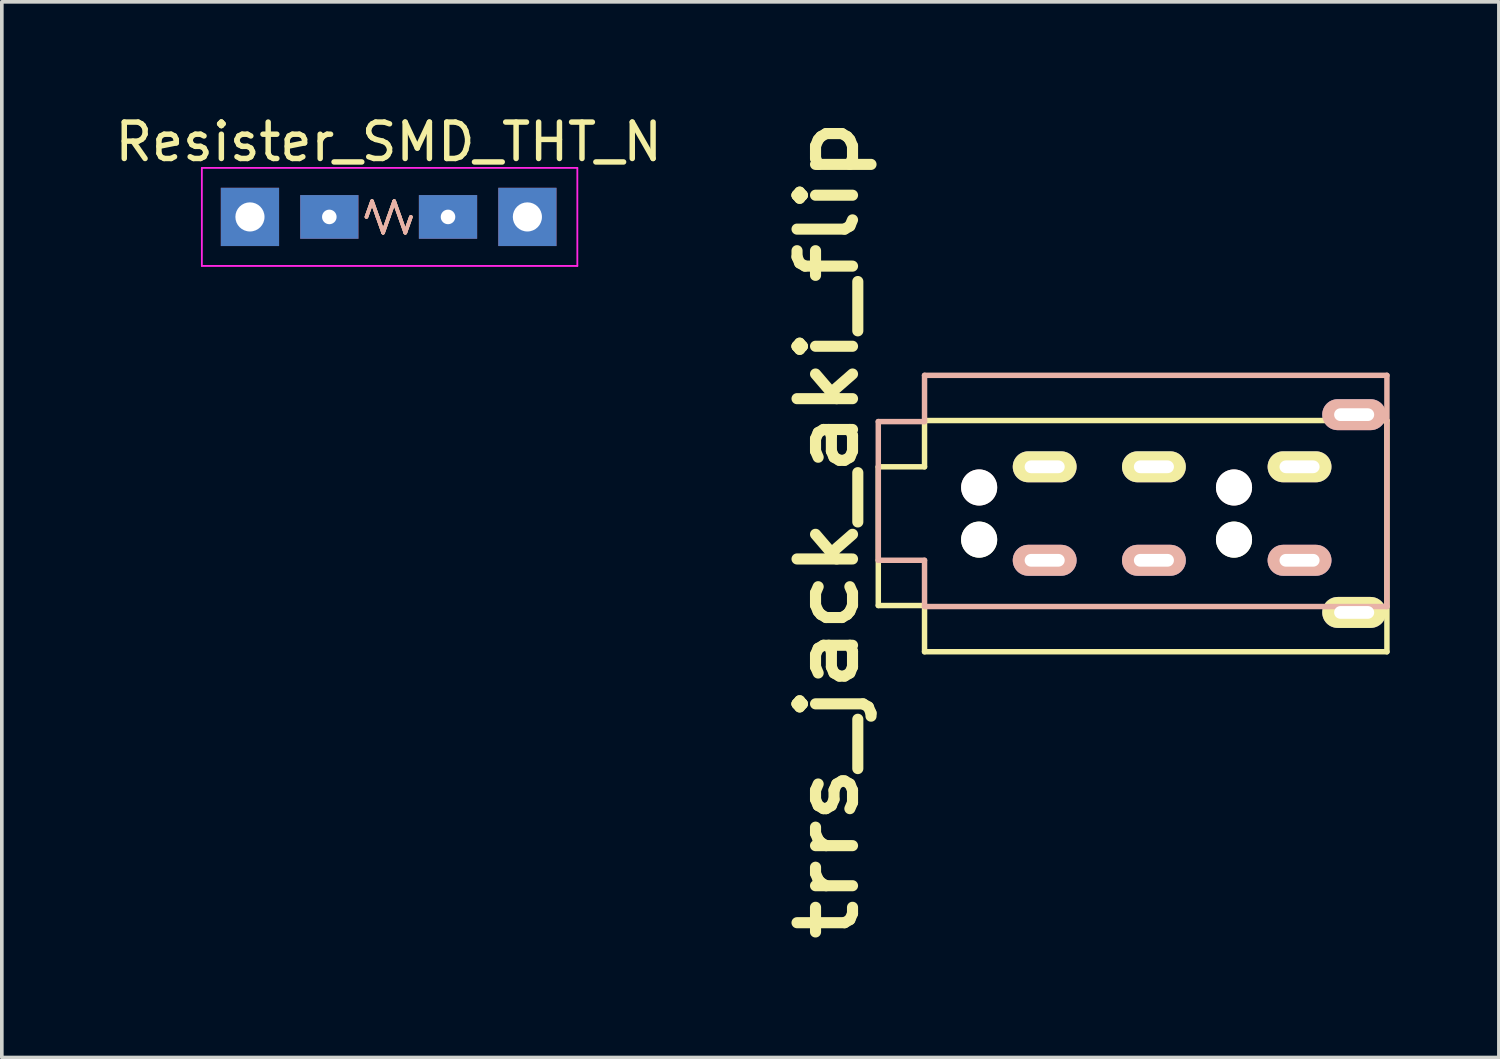
<source format=kicad_pcb>
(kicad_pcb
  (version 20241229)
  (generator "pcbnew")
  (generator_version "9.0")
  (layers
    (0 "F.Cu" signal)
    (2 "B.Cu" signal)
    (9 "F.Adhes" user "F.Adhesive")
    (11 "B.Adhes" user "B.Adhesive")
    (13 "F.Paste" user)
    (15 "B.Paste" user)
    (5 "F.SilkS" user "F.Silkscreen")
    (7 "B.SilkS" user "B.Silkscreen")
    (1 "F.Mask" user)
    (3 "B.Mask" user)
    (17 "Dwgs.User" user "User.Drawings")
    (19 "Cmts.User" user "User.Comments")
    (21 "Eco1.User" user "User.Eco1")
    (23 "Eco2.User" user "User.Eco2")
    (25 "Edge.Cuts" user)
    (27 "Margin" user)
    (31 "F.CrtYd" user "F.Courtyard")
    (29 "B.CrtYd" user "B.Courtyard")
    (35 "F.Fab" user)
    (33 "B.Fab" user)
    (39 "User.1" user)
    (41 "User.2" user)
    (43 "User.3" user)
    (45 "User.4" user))
  (footprint "Resister_SMD_THT_N"
    (layer "F.Cu")
    (at 2.545 2.908)
    (property "Reference" "Resister_SMD_THT_N" (at 5.08 -2.06 0) (layer "F.SilkS") (effects (font (size 1 1) (thickness 0.15))))
    (attr through_hole)
    (fp_line (start 4.47 0) (end 4.623 -0.432) (stroke (width 0.1) (type solid)) (layer "F.SilkS"))
    (fp_line (start 4.623 -0.432) (end 4.928 0.432) (stroke (width 0.1) (type solid)) (layer "F.SilkS"))
    (fp_line (start 4.928 0.432) (end 5.232 -0.432) (stroke (width 0.1) (type solid)) (layer "F.SilkS"))
    (fp_line (start 5.232 -0.432) (end 5.537 0.432) (stroke (width 0.1) (type solid)) (layer "F.SilkS"))
    (fp_line (start 5.537 0.432) (end 5.69 0) (stroke (width 0.1) (type solid)) (layer "F.SilkS"))
    (fp_line (start 4.47 0) (end 4.623 -0.432) (stroke (width 0.1) (type solid)) (layer "B.SilkS"))
    (fp_line (start 4.47 0) (end 4.623 -0.432) (stroke (width 0.1) (type solid)) (layer "B.SilkS"))
    (fp_line (start 4.623 -0.432) (end 4.775 0) (stroke (width 0.1) (type solid)) (layer "B.SilkS"))
    (fp_line (start 4.623 -0.432) (end 4.775 0) (stroke (width 0.1) (type solid)) (layer "B.SilkS"))
    (fp_line (start 4.775 0) (end 4.928 0.432) (stroke (width 0.1) (type solid)) (layer "B.SilkS"))
    (fp_line (start 4.775 0) (end 4.928 0.432) (stroke (width 0.1) (type solid)) (layer "B.SilkS"))
    (fp_line (start 4.928 0.432) (end 5.08 0) (stroke (width 0.1) (type solid)) (layer "B.SilkS"))
    (fp_line (start 4.928 0.432) (end 5.08 0) (stroke (width 0.1) (type solid)) (layer "B.SilkS"))
    (fp_line (start 5.08 0) (end 5.232 -0.432) (stroke (width 0.1) (type solid)) (layer "B.SilkS"))
    (fp_line (start 5.08 0) (end 5.232 -0.432) (stroke (width 0.1) (type solid)) (layer "B.SilkS"))
    (fp_line (start 5.232 -0.432) (end 5.385 0) (stroke (width 0.1) (type solid)) (layer "B.SilkS"))
    (fp_line (start 5.232 -0.432) (end 5.385 0) (stroke (width 0.1) (type solid)) (layer "B.SilkS"))
    (fp_line (start 5.385 0) (end 5.537 0.432) (stroke (width 0.1) (type solid)) (layer "B.SilkS"))
    (fp_line (start 5.385 0) (end 5.537 0.432) (stroke (width 0.1) (type solid)) (layer "B.SilkS"))
    (fp_line (start 5.537 0.432) (end 5.69 0) (stroke (width 0.1) (type solid)) (layer "B.SilkS"))
    (fp_line (start 5.537 0.432) (end 5.69 0) (stroke (width 0.1) (type solid)) (layer "B.SilkS"))
    (fp_line (start -0.051 -1.346) (end -0.051 1.346) (stroke (width 0.05) (type solid)) (layer "F.CrtYd"))
    (fp_line (start -0.051 -1.346) (end 10.262 -1.346) (stroke (width 0.05) (type solid)) (layer "F.CrtYd"))
    (fp_line (start -0.051 1.346) (end 10.262 1.346) (stroke (width 0.05) (type solid)) (layer "F.CrtYd"))
    (fp_line (start 10.262 -1.346) (end 10.262 1.346) (stroke (width 0.05) (type solid)) (layer "F.CrtYd"))
    (pad "1" thru_hole rect (at 1.27 0) (size 1.6 1.6) (drill 0.8) (layers "*.Cu" "*.Mask"))
    (pad "1" thru_hole rect (at 3.45 0) (size 1.6 1.2) (drill 0.4) (layers "*.Cu" "*.Mask"))
    (pad "2" thru_hole rect (at 6.71 0) (size 1.6 1.2) (drill 0.4) (layers "*.Cu" "*.Mask"))
    (pad "2" thru_hole rect (at 8.89 0) (size 1.6 1.6) (drill 0.8) (layers "*.Cu" "*.Mask")))
  (footprint "trrs_jack_aki_flip"
    (layer "F.Cu")
    (at 22.343 9.771)
    (property "Reference" "trrs_jack_aki_flip" (at -2.667 1.727 90) (layer "F.SilkS") (effects (font (size 1.524 1.778) (thickness 0.305))))
    (attr through_hole)
    (fp_line (start -1.27 0) (end -1.27 3.81) (stroke (width 0.15) (type solid)) (layer "F.SilkS"))
    (fp_line (start -1.27 3.81) (end 0 3.81) (stroke (width 0.15) (type solid)) (layer "F.SilkS"))
    (fp_line (start 0 -1.27) (end 0 0) (stroke (width 0.15) (type solid)) (layer "F.SilkS"))
    (fp_line (start 0 0) (end -1.27 0) (stroke (width 0.15) (type solid)) (layer "F.SilkS"))
    (fp_line (start 0 3.81) (end 0 5.08) (stroke (width 0.15) (type solid)) (layer "F.SilkS"))
    (fp_line (start 0 5.08) (end 12.7 5.08) (stroke (width 0.15) (type solid)) (layer "F.SilkS"))
    (fp_line (start 12.7 -1.27) (end 0 -1.27) (stroke (width 0.15) (type solid)) (layer "F.SilkS"))
    (fp_line (start 12.7 5.08) (end 12.7 -1.27) (stroke (width 0.15) (type solid)) (layer "F.SilkS"))
    (fp_line (start -1.27 -1.242) (end 0 -1.242) (stroke (width 0.15) (type solid)) (layer "B.SilkS"))
    (fp_line (start -1.27 2.568) (end -1.27 -1.242) (stroke (width 0.15) (type solid)) (layer "B.SilkS"))
    (fp_line (start 0 -2.512) (end 12.7 -2.512) (stroke (width 0.15) (type solid)) (layer "B.SilkS"))
    (fp_line (start 0 -1.242) (end 0 -2.512) (stroke (width 0.15) (type solid)) (layer "B.SilkS"))
    (fp_line (start 0 2.568) (end -1.27 2.568) (stroke (width 0.15) (type solid)) (layer "B.SilkS"))
    (fp_line (start 0 3.838) (end 0 2.568) (stroke (width 0.15) (type solid)) (layer "B.SilkS"))
    (fp_line (start 12.7 -2.512) (end 12.7 3.838) (stroke (width 0.15) (type solid)) (layer "B.SilkS"))
    (fp_line (start 12.7 3.838) (end 0 3.838) (stroke (width 0.15) (type solid)) (layer "B.SilkS"))
    (pad "" np_thru_hole circle (at 1.5 0.568) (size 0.991 0.991) (drill 0.991) (layers "*.Cu" "*.Mask" "B.SilkS"))
    (pad "" np_thru_hole circle (at 1.5 2) (size 0.991 0.991) (drill 0.991) (layers "*.Cu" "*.Mask" "F.SilkS"))
    (pad "" np_thru_hole circle (at 8.5 0.568) (size 0.991 0.991) (drill 0.991) (layers "*.Cu" "*.Mask" "B.SilkS"))
    (pad "" np_thru_hole circle (at 8.5 2) (size 0.991 0.991) (drill 0.991) (layers "*.Cu" "*.Mask" "F.SilkS"))
    (pad "R1" thru_hole oval (at 6.3 0) (size 1.753 0.85) (drill oval 1.1 0.35) (layers "*.Cu" "*.Mask" "F.SilkS"))
    (pad "R1" thru_hole oval (at 6.3 2.568) (size 1.753 0.85) (drill oval 1.1 0.35) (layers "*.Cu" "*.Mask" "B.SilkS"))
    (pad "R2" thru_hole oval (at 3.3 0) (size 1.753 0.85) (drill oval 1.1 0.35) (layers "*.Cu" "*.Mask" "F.SilkS"))
    (pad "R2" thru_hole oval (at 3.3 2.568) (size 1.753 0.85) (drill oval 1.1 0.35) (layers "*.Cu" "*.Mask" "B.SilkS"))
    (pad "S" thru_hole oval (at 11.8 -1.432) (size 1.753 0.85) (drill oval 1.1 0.35) (layers "*.Cu" "*.Mask" "B.SilkS"))
    (pad "S" thru_hole oval (at 11.8 4) (size 1.753 0.85) (drill oval 1.1 0.35) (layers "*.Cu" "*.Mask" "F.SilkS"))
    (pad "T" thru_hole oval (at 10.3 0) (size 1.753 0.85) (drill oval 1.1 0.35) (layers "*.Cu" "*.Mask" "F.SilkS"))
    (pad "T" thru_hole oval (at 10.3 2.568) (size 1.753 0.85) (drill oval 1.1 0.35) (layers "*.Cu" "*.Mask" "B.SilkS")))
  (gr_rect
    (start -3 -3)
    (end 38.118 25.995)
    (stroke (width 0.1) (type default))
    (fill no)
    (layer "Edge.Cuts")))
</source>
